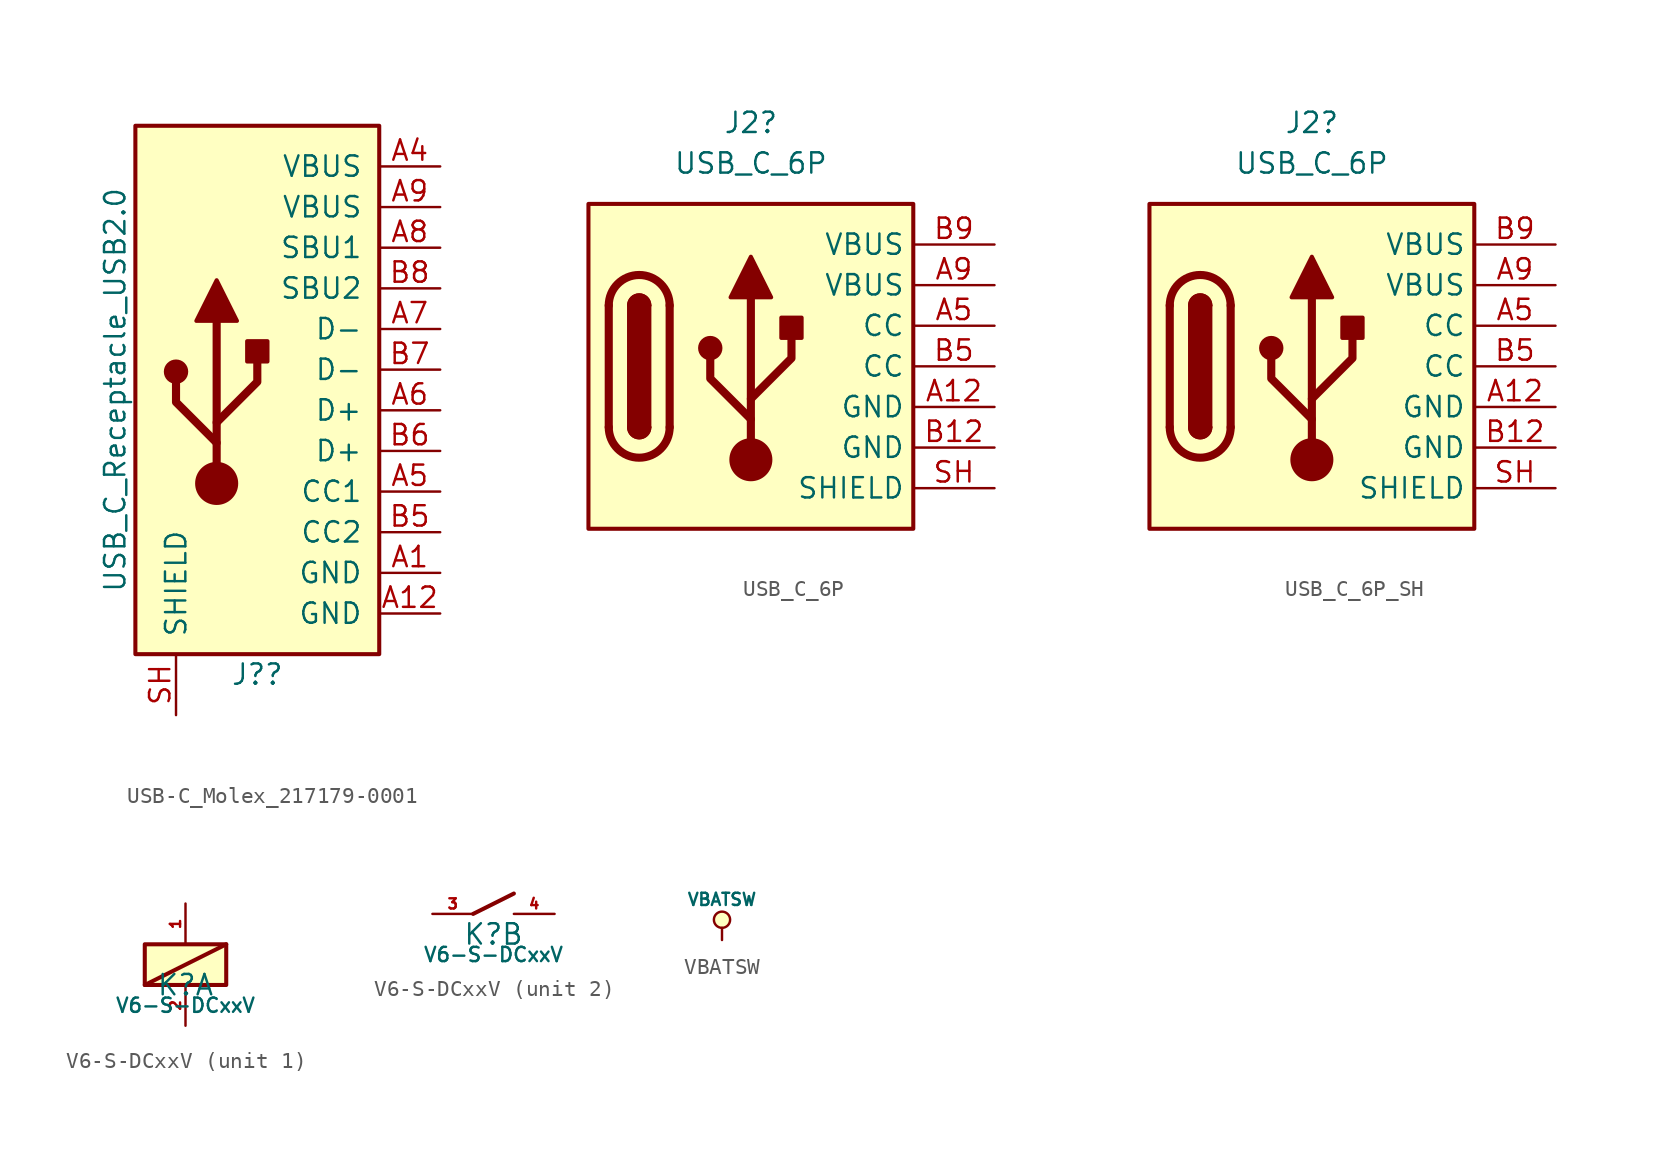
<source format=kicad_sym>
(kicad_symbol_lib
  (version 20231120)
  (generator "kicad_symbol_editor")
  (generator_version "8.0")
  (symbol "USB-C_Molex_217179-0001"
    (pin_names
      (offset 1.016))
    (property "Reference" "J?"
      (at 0 -17.78 0)
      (effects (font (size 1.27 1.27))))
    (property "Value" "USB_C_Receptacle_USB2.0"
      (at -8.89 0 90)
      (effects (font (size 1.27 1.27))))
    (symbol "USB-C_Molex_217179-0001_0_1"
      (rectangle (start -7.62 16.51) (end 7.62 -16.51) (stroke (width 0.254) (type default)) (fill (type background)))
      (circle (center -5.08 1.143) (radius 0.635) (stroke (width 0.254) (type default)) (fill (type outline)))
      (circle (center -2.54 -5.842) (radius 1.27) (stroke (width 0) (type default)) (fill (type outline)))
      (rectangle (start -0.635 1.778) (end 0.635 3.048) (stroke (width 0.254) (type default)) (fill (type outline)))
      (polyline (pts (xy -2.54 -5.842) (xy -2.54 4.318)) (stroke (width 0.508) (type default)) (fill (type none)))
      (polyline (pts (xy -2.54 -3.302) (xy -5.08 -0.762) (xy -5.08 0.508)) (stroke (width 0.508) (type default)) (fill (type none)))
      (polyline (pts (xy -2.54 -2.032) (xy 0 0.508) (xy 0 1.778)) (stroke (width 0.508) (type default)) (fill (type none)))
      (polyline (pts (xy -3.81 4.318) (xy -2.54 6.858) (xy -1.27 4.318) (xy -3.81 4.318)) (stroke (width 0.254) (type default)) (fill (type outline))))
    (symbol "USB-C_Molex_217179-0001_1_1"
      (pin passive line (at 11.43 -11.43 180) (length 3.81) (name "GND" (effects (font (size 1.27 1.27)))) (number "A1" (effects (font (size 1.27 1.27)))))
      (pin passive line (at 11.43 -13.97 180) (length 3.81) (name "GND" (effects (font (size 1.27 1.27)))) (number "A12" (effects (font (size 1.27 1.27)))))
      (pin passive line (at 11.43 13.97 180) (length 3.81) (name "VBUS" (effects (font (size 1.27 1.27)))) (number "A4" (effects (font (size 1.27 1.27)))))
      (pin bidirectional line (at 11.43 -6.35 180) (length 3.81) (name "CC1" (effects (font (size 1.27 1.27)))) (number "A5" (effects (font (size 1.27 1.27)))))
      (pin bidirectional line (at 11.43 -1.27 180) (length 3.81) (name "D+" (effects (font (size 1.27 1.27)))) (number "A6" (effects (font (size 1.27 1.27)))))
      (pin bidirectional line (at 11.43 3.81 180) (length 3.81) (name "D-" (effects (font (size 1.27 1.27)))) (number "A7" (effects (font (size 1.27 1.27)))))
      (pin bidirectional line (at 11.43 8.89 180) (length 3.81) (name "SBU1" (effects (font (size 1.27 1.27)))) (number "A8" (effects (font (size 1.27 1.27)))))
      (pin passive line (at 11.43 11.43 180) (length 3.81) (name "VBUS" (effects (font (size 1.27 1.27)))) (number "A9" (effects (font (size 1.27 1.27)))))
      (pin bidirectional line (at 11.43 -8.89 180) (length 3.81) (name "CC2" (effects (font (size 1.27 1.27)))) (number "B5" (effects (font (size 1.27 1.27)))))
      (pin bidirectional line (at 11.43 -3.81 180) (length 3.81) (name "D+" (effects (font (size 1.27 1.27)))) (number "B6" (effects (font (size 1.27 1.27)))))
      (pin bidirectional line (at 11.43 1.27 180) (length 3.81) (name "D-" (effects (font (size 1.27 1.27)))) (number "B7" (effects (font (size 1.27 1.27)))))
      (pin bidirectional line (at 11.43 6.35 180) (length 3.81) (name "SBU2" (effects (font (size 1.27 1.27)))) (number "B8" (effects (font (size 1.27 1.27)))))
      (pin passive line (at -5.08 -20.32 90) (length 3.81) (name "SHIELD" (effects (font (size 1.27 1.27)))) (number "SH" (effects (font (size 1.27 1.27)))))))
  (symbol "USB_C_6P"
    (property "Reference" "J2"
      (at 0 15.24 0)
      (effects (font (size 1.27 1.27))))
    (property "Value" "USB_C_6P"
      (at 0 12.7 0)
      (effects (font (size 1.27 1.27))))
    (symbol "USB_C_6P_0_1"
      (rectangle (start -10.16 10.16) (end 10.16 -10.16) (stroke (width 0.254) (type default)) (fill (type background)))
      (arc (start -8.89 -3.81) (mid -6.985 -5.7067) (end -5.08 -3.81) (stroke (width 0.508) (type default)) (fill (type none)))
      (arc (start -7.62 -3.81) (mid -6.985 -4.4423) (end -6.35 -3.81) (stroke (width 0.254) (type default)) (fill (type none)))
      (arc (start -7.62 -3.81) (mid -6.985 -4.4423) (end -6.35 -3.81) (stroke (width 0.254) (type default)) (fill (type outline)))
      (rectangle (start -7.62 -3.81) (end -6.35 3.81) (stroke (width 0.254) (type default)) (fill (type outline)))
      (arc (start -6.35 3.81) (mid -6.985 4.4423) (end -7.62 3.81) (stroke (width 0.254) (type default)) (fill (type none)))
      (arc (start -6.35 3.81) (mid -6.985 4.4423) (end -7.62 3.81) (stroke (width 0.254) (type default)) (fill (type outline)))
      (arc (start -5.08 3.81) (mid -6.985 5.7067) (end -8.89 3.81) (stroke (width 0.508) (type default)) (fill (type none)))
      (polyline (pts (xy -8.89 -3.81) (xy -8.89 3.81)) (stroke (width 0.508) (type default)) (fill (type none)))
      (polyline (pts (xy -5.08 3.81) (xy -5.08 -3.81)) (stroke (width 0.508) (type default)) (fill (type none))))
    (symbol "USB_C_6P_1_1"
      (circle (center -2.54 1.143) (radius 0.635) (stroke (width 0.254) (type default)) (fill (type outline)))
      (circle (center 0 -5.842) (radius 1.27) (stroke (width 0) (type default)) (fill (type outline)))
      (polyline (pts (xy 0 -5.842) (xy 0 4.318)) (stroke (width 0.508) (type default)) (fill (type none)))
      (polyline (pts (xy 0 -3.302) (xy -2.54 -0.762) (xy -2.54 0.508)) (stroke (width 0.508) (type default)) (fill (type none)))
      (polyline (pts (xy 0 -2.032) (xy 2.54 0.508) (xy 2.54 1.778)) (stroke (width 0.508) (type default)) (fill (type none)))
      (polyline (pts (xy -1.27 4.318) (xy 0 6.858) (xy 1.27 4.318) (xy -1.27 4.318)) (stroke (width 0.254) (type default)) (fill (type outline)))
      (rectangle (start 1.905 1.778) (end 3.175 3.048) (stroke (width 0.254) (type default)) (fill (type outline)))
      (pin passive line (at 15.24 -2.54 180) (length 5.08) (name "GND" (effects (font (size 1.27 1.27)))) (number "A12" (effects (font (size 1.27 1.27)))))
      (pin passive line (at 15.24 2.54 180) (length 5.08) (name "CC" (effects (font (size 1.27 1.27)))) (number "A5" (effects (font (size 1.27 1.27)))))
      (pin passive line (at 15.24 5.08 180) (length 5.08) (name "VBUS" (effects (font (size 1.27 1.27)))) (number "A9" (effects (font (size 1.27 1.27)))))
      (pin passive line (at 15.24 -5.08 180) (length 5.08) (name "GND" (effects (font (size 1.27 1.27)))) (number "B12" (effects (font (size 1.27 1.27)))))
      (pin passive line (at 15.24 0 180) (length 5.08) (name "CC" (effects (font (size 1.27 1.27)))) (number "B5" (effects (font (size 1.27 1.27)))))
      (pin passive line (at 15.24 7.62 180) (length 5.08) (name "VBUS" (effects (font (size 1.27 1.27)))) (number "B9" (effects (font (size 1.27 1.27)))))
      (pin passive line (at 15.24 -7.62 180) (length 5.08) (name "SHIELD" (effects (font (size 1.27 1.27)))) (number "SH" (effects (font (size 1.27 1.27)))))))
  (symbol "USB_C_6P_SH"
    (property "Reference" "J2"
      (at 0 15.24 0)
      (effects (font (size 1.27 1.27))))
    (property "Value" "USB_C_6P"
      (at 0 12.7 0)
      (effects (font (size 1.27 1.27))))
    (symbol "USB_C_6P_SH_0_1"
      (rectangle (start -10.16 10.16) (end 10.16 -10.16) (stroke (width 0.254) (type default)) (fill (type background)))
      (arc (start -8.89 -3.81) (mid -6.985 -5.7067) (end -5.08 -3.81) (stroke (width 0.508) (type default)) (fill (type none)))
      (arc (start -7.62 -3.81) (mid -6.985 -4.4423) (end -6.35 -3.81) (stroke (width 0.254) (type default)) (fill (type none)))
      (arc (start -7.62 -3.81) (mid -6.985 -4.4423) (end -6.35 -3.81) (stroke (width 0.254) (type default)) (fill (type outline)))
      (rectangle (start -7.62 -3.81) (end -6.35 3.81) (stroke (width 0.254) (type default)) (fill (type outline)))
      (arc (start -6.35 3.81) (mid -6.985 4.4423) (end -7.62 3.81) (stroke (width 0.254) (type default)) (fill (type none)))
      (arc (start -6.35 3.81) (mid -6.985 4.4423) (end -7.62 3.81) (stroke (width 0.254) (type default)) (fill (type outline)))
      (arc (start -5.08 3.81) (mid -6.985 5.7067) (end -8.89 3.81) (stroke (width 0.508) (type default)) (fill (type none)))
      (polyline (pts (xy -8.89 -3.81) (xy -8.89 3.81)) (stroke (width 0.508) (type default)) (fill (type none)))
      (polyline (pts (xy -5.08 3.81) (xy -5.08 -3.81)) (stroke (width 0.508) (type default)) (fill (type none))))
    (symbol "USB_C_6P_SH_1_1"
      (circle (center -2.54 1.143) (radius 0.635) (stroke (width 0.254) (type default)) (fill (type outline)))
      (circle (center 0 -5.842) (radius 1.27) (stroke (width 0) (type default)) (fill (type outline)))
      (polyline (pts (xy 0 -5.842) (xy 0 4.318)) (stroke (width 0.508) (type default)) (fill (type none)))
      (polyline (pts (xy 0 -3.302) (xy -2.54 -0.762) (xy -2.54 0.508)) (stroke (width 0.508) (type default)) (fill (type none)))
      (polyline (pts (xy 0 -2.032) (xy 2.54 0.508) (xy 2.54 1.778)) (stroke (width 0.508) (type default)) (fill (type none)))
      (polyline (pts (xy -1.27 4.318) (xy 0 6.858) (xy 1.27 4.318) (xy -1.27 4.318)) (stroke (width 0.254) (type default)) (fill (type outline)))
      (rectangle (start 1.905 1.778) (end 3.175 3.048) (stroke (width 0.254) (type default)) (fill (type outline)))
      (pin passive line (at 15.24 -2.54 180) (length 5.08) (name "GND" (effects (font (size 1.27 1.27)))) (number "A12" (effects (font (size 1.27 1.27)))))
      (pin passive line (at 15.24 2.54 180) (length 5.08) (name "CC" (effects (font (size 1.27 1.27)))) (number "A5" (effects (font (size 1.27 1.27)))))
      (pin passive line (at 15.24 5.08 180) (length 5.08) (name "VBUS" (effects (font (size 1.27 1.27)))) (number "A9" (effects (font (size 1.27 1.27)))))
      (pin passive line (at 15.24 -5.08 180) (length 5.08) (name "GND" (effects (font (size 1.27 1.27)))) (number "B12" (effects (font (size 1.27 1.27)))))
      (pin passive line (at 15.24 0 180) (length 5.08) (name "CC" (effects (font (size 1.27 1.27)))) (number "B5" (effects (font (size 1.27 1.27)))))
      (pin passive line (at 15.24 7.62 180) (length 5.08) (name "VBUS" (effects (font (size 1.27 1.27)))) (number "B9" (effects (font (size 1.27 1.27)))))
      (pin passive line (at 15.24 -7.62 180) (length 5.08) (name "SHIELD" (effects (font (size 1.27 1.27)))) (number "SH" (effects (font (size 1.27 1.27)))))))
  (symbol "V6-S-DCxxV"
    (property "Reference" "K"
      (at 0 -1.27 0)
      (effects (font (size 1.27 1.27))))
    (property "Value" "V6-S-DCxxV"
      (at 0 -2.54 0)
      (effects (font (size 0.889 0.889))))
    (property "Desription" ""
      (at 0 0 0)
      (effects (font (size 1.27 1.27))))
    (property "Part" ""
      (at 0 0 0)
      (effects (font (size 1.27 1.27))))
    (property "Link" ""
      (at 0 0 0)
      (effects (font (size 1.27 1.27))))
    (property "ki_locked" ""
      (at 0 0 0)
      (effects (font (size 1.27 1.27))))
    (symbol "V6-S-DCxxV_1_1"
      (rectangle (start -2.54 1.27) (end 2.54 -1.27) (stroke (width 0.254) (type default)) (fill (type background)))
      (polyline (pts (xy 2.54 1.27) (xy -2.54 -1.27)) (stroke (width 0.254) (type default)) (fill (type none)))
      (pin passive line (at 0 3.81 270) (length 2.54) (name "~" (effects (font (size 1.27 1.27)))) (number "1" (effects (font (size 0.635 0.635)))))
      (pin passive line (at 0 -3.81 90) (length 2.54) (name "~" (effects (font (size 1.27 1.27)))) (number "2" (effects (font (size 0.635 0.635))))))
    (symbol "V6-S-DCxxV_2_1"
      (polyline (pts (xy -1.27 0) (xy 1.27 1.27)) (stroke (width 0.254) (type default)) (fill (type none)))
      (pin passive line (at -3.81 0 0) (length 2.54) (name "~" (effects (font (size 1.27 1.27)))) (number "3" (effects (font (size 0.635 0.635)))))
      (pin passive line (at 3.81 0 180) (length 2.54) (name "~" (effects (font (size 1.27 1.27)))) (number "4" (effects (font (size 0.635 0.635)))))))
  (symbol "VBATSW"
    (power)
    (pin_names
      (offset 0))
    (property "Reference" "#PWR"
      (at 0 2.54 0)
      (effects (font (size 0.762 0.762)) (hide yes)))
    (property "Value" "VBATSW"
      (at 0 2.54 0)
      (effects (font (size 0.762 0.762))))
    (property "Footprint" ""
      (at 0 0 0)
      (effects (font (size 1.524 1.524))))
    (property "Datasheet" ""
      (at 0 0 0)
      (effects (font (size 1.524 1.524))))
    (symbol "VBATSW_0_0"
      (pin power_in line (at 0 0 90) (length 0) hide (name "VBATSW" (effects (font (size 0.508 0.508)))) (number "1" (effects (font (size 0.508 0.508))))))
    (symbol "VBATSW_0_1"
      (polyline (pts (xy 0 0) (xy 0 0.762) (xy 0 0.762)) (stroke (width 0) (type default)) (fill (type none)))
      (circle (center 0 1.27) (radius 0.508) (stroke (width 0) (type default)) (fill (type background))))))
</source>
